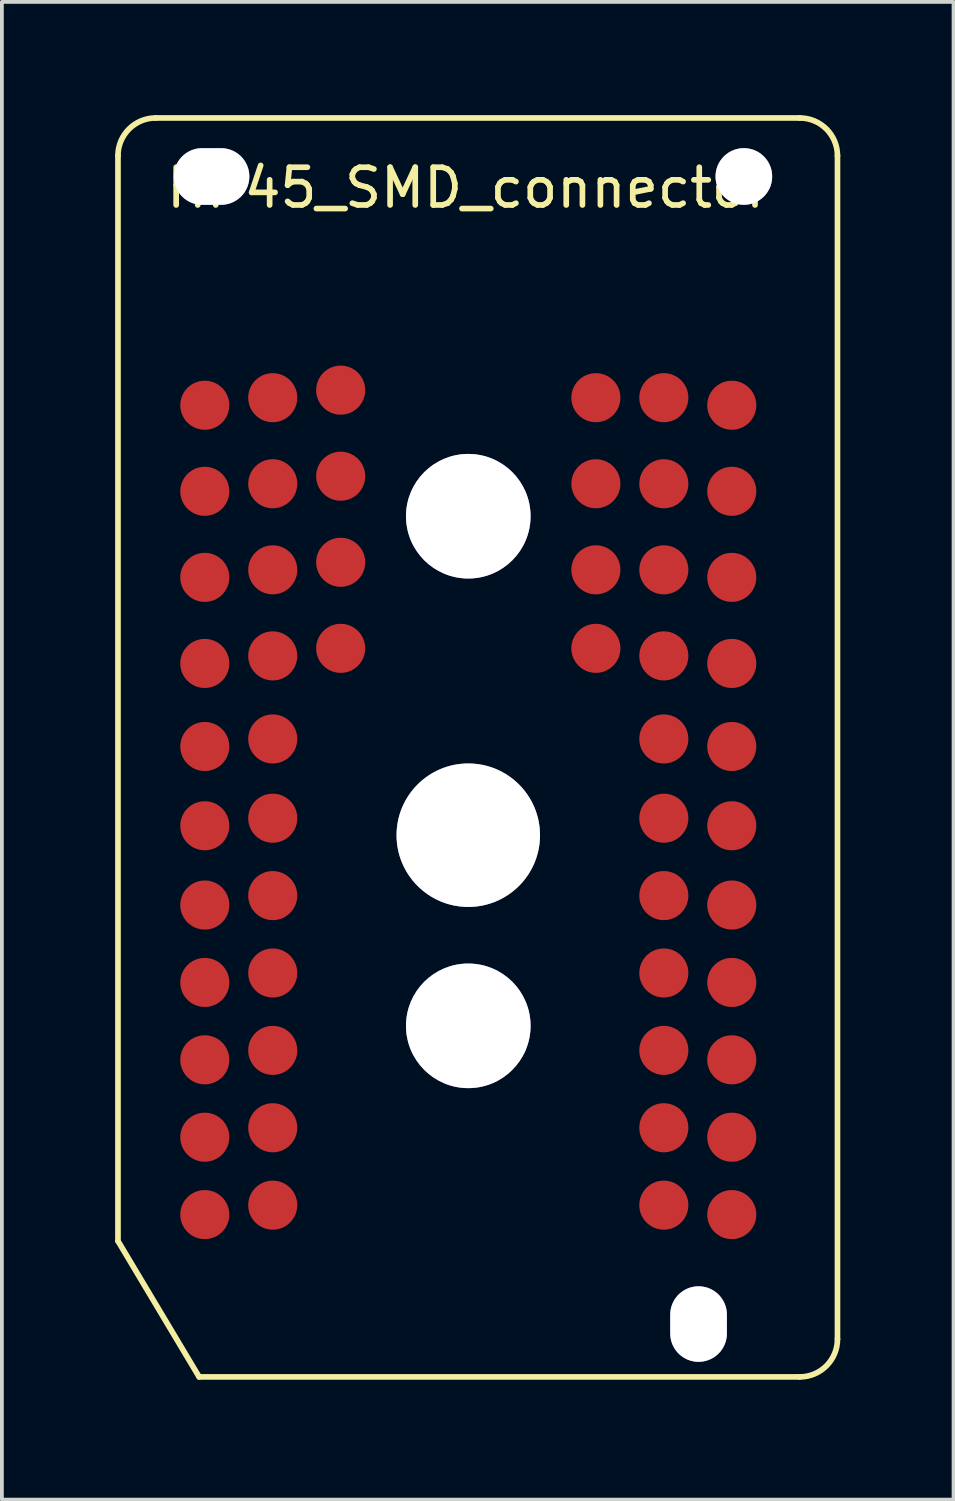
<source format=kicad_pcb>
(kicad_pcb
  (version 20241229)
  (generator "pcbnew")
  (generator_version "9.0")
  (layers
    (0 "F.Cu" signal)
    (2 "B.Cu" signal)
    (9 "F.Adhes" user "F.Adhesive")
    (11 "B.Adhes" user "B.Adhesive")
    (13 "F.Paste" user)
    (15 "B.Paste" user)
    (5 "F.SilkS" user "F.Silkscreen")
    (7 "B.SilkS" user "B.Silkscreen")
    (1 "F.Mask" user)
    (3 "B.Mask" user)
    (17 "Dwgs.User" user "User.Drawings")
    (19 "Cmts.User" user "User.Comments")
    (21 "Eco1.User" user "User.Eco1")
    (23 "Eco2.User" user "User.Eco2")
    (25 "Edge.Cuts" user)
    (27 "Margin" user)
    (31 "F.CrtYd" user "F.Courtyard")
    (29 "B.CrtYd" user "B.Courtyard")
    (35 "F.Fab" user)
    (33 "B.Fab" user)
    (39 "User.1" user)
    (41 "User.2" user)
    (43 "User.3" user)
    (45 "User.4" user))
  (footprint "HP45_SMD_connector"
    (layer "F.Cu")
    (at 9.355 33.425)
    (property "Reference" "HP45_SMD_connector" (at 0 -31.5 0) (layer "F.SilkS") (effects (font (size 1 1) (thickness 0.15))))
    (attr through_hole)
    (fp_line (start -9.28 -32.35) (end -9.28 -3.6) (stroke (width 0.15) (type solid)) (layer "F.SilkS"))
    (fp_line (start -9.28 -3.6) (end -7.13 0) (stroke (width 0.15) (type solid)) (layer "F.SilkS"))
    (fp_line (start -7.13 0) (end 8.78 0) (stroke (width 0.15) (type solid)) (layer "F.SilkS"))
    (fp_line (start 8.78 -33.35) (end -8.28 -33.35) (stroke (width 0.15) (type solid)) (layer "F.SilkS"))
    (fp_line (start 9.78 -1) (end 9.78 -32.35) (stroke (width 0.15) (type solid)) (layer "F.SilkS"))
    (fp_arc (start -9.28 -32.35) (mid -8.987107 -33.057107) (end -8.28 -33.35) (stroke (width 0.15) (type solid)) (layer "F.SilkS"))
    (fp_arc (start 8.78 -33.35) (mid 9.487107 -33.057107) (end 9.78 -32.35) (stroke (width 0.15) (type solid)) (layer "F.SilkS"))
    (fp_arc (start 9.78 -1) (mid 9.487107 -0.292893) (end 8.78 0) (stroke (width 0.15) (type solid)) (layer "F.SilkS"))
    (pad "" thru_hole oval (at -6.8 -31.8) (size 2 1.5) (drill oval 2 1.5) (layers "*.Cu" "*.Mask"))
    (pad "" thru_hole circle (at 0 -22.8) (size 3.3 3.3) (drill 3.3) (layers "*.Cu" "*.Mask"))
    (pad "" thru_hole circle (at 0 -14.35) (size 3.8 3.8) (drill 3.8) (layers "*.Cu" "*.Mask"))
    (pad "" thru_hole circle (at 0 -9.3) (size 3.3 3.3) (drill 3.3) (layers "*.Cu" "*.Mask"))
    (pad "" thru_hole oval (at 6.1 -1.4) (size 1.5 2) (drill oval 1.5 2) (layers "*.Cu" "*.Mask"))
    (pad "" thru_hole oval (at 7.3 -31.8) (size 1.5 1.5) (drill oval 1.5) (layers "*.Cu" "*.Mask"))
    (pad "1" smd circle (at 6.98 -4.3) (size 1.3 1.3) (layers "F.Cu" "F.Mask" "F.Paste"))
    (pad "2" smd circle (at -6.98 -4.3) (size 1.3 1.3) (layers "F.Cu" "F.Mask" "F.Paste"))
    (pad "3" smd circle (at 5.18 -4.55) (size 1.3 1.3) (layers "F.Cu" "F.Mask" "F.Paste"))
    (pad "4" smd circle (at -5.18 -4.55) (size 1.3 1.3) (layers "F.Cu" "F.Mask" "F.Paste"))
    (pad "5" smd circle (at 6.98 -6.35) (size 1.3 1.3) (layers "F.Cu" "F.Mask" "F.Paste"))
    (pad "6" smd circle (at -6.98 -6.35) (size 1.3 1.3) (layers "F.Cu" "F.Mask" "F.Paste"))
    (pad "7" smd circle (at 5.18 -6.6) (size 1.3 1.3) (layers "F.Cu" "F.Mask" "F.Paste"))
    (pad "8" smd circle (at -5.18 -6.6) (size 1.3 1.3) (layers "F.Cu" "F.Mask" "F.Paste"))
    (pad "9" smd circle (at 6.98 -8.4) (size 1.3 1.3) (layers "F.Cu" "F.Mask" "F.Paste"))
    (pad "10" smd circle (at -6.98 -8.4) (size 1.3 1.3) (layers "F.Cu" "F.Mask" "F.Paste"))
    (pad "11" smd circle (at 5.18 -8.65) (size 1.3 1.3) (layers "F.Cu" "F.Mask" "F.Paste"))
    (pad "12" smd circle (at -5.18 -8.65) (size 1.3 1.3) (layers "F.Cu" "F.Mask" "F.Paste"))
    (pad "13" smd circle (at 6.98 -10.45) (size 1.3 1.3) (layers "F.Cu" "F.Mask" "F.Paste"))
    (pad "14" smd circle (at -6.98 -10.45) (size 1.3 1.3) (layers "F.Cu" "F.Mask" "F.Paste"))
    (pad "15" smd circle (at 5.18 -10.7) (size 1.3 1.3) (layers "F.Cu" "F.Mask" "F.Paste"))
    (pad "16" smd circle (at -5.18 -10.7) (size 1.3 1.3) (layers "F.Cu" "F.Mask" "F.Paste"))
    (pad "17" smd circle (at 6.98 -12.5) (size 1.3 1.3) (layers "F.Cu" "F.Mask" "F.Paste"))
    (pad "18" smd circle (at -6.98 -12.5) (size 1.3 1.3) (layers "F.Cu" "F.Mask" "F.Paste"))
    (pad "19" smd circle (at 5.18 -12.75) (size 1.3 1.3) (layers "F.Cu" "F.Mask" "F.Paste"))
    (pad "20" smd circle (at -5.18 -12.75) (size 1.3 1.3) (layers "F.Cu" "F.Mask" "F.Paste"))
    (pad "21" smd circle (at 6.98 -14.6) (size 1.3 1.3) (layers "F.Cu" "F.Mask" "F.Paste"))
    (pad "22" smd circle (at -6.98 -14.6) (size 1.3 1.3) (layers "F.Cu" "F.Mask" "F.Paste"))
    (pad "23" smd circle (at 5.18 -14.8) (size 1.3 1.3) (layers "F.Cu" "F.Mask" "F.Paste"))
    (pad "24" smd circle (at -5.18 -14.8) (size 1.3 1.3) (layers "F.Cu" "F.Mask" "F.Paste"))
    (pad "25" smd circle (at 6.98 -16.7) (size 1.3 1.3) (layers "F.Cu" "F.Mask" "F.Paste"))
    (pad "26" smd circle (at -6.98 -16.7) (size 1.3 1.3) (layers "F.Cu" "F.Mask" "F.Paste"))
    (pad "27" smd circle (at 5.18 -16.9) (size 1.3 1.3) (layers "F.Cu" "F.Mask" "F.Paste"))
    (pad "28" smd circle (at -5.18 -16.9) (size 1.3 1.3) (layers "F.Cu" "F.Mask" "F.Paste"))
    (pad "29" smd circle (at 6.98 -18.9) (size 1.3 1.3) (layers "F.Cu" "F.Mask" "F.Paste"))
    (pad "30" smd circle (at -6.98 -18.9) (size 1.3 1.3) (layers "F.Cu" "F.Mask" "F.Paste"))
    (pad "31" smd circle (at 5.18 -19.1) (size 1.3 1.3) (layers "F.Cu" "F.Mask" "F.Paste"))
    (pad "32" smd circle (at -5.18 -19.1) (size 1.3 1.3) (layers "F.Cu" "F.Mask" "F.Paste"))
    (pad "33" smd circle (at 3.38 -19.3) (size 1.3 1.3) (layers "F.Cu" "F.Mask" "F.Paste"))
    (pad "34" smd circle (at -3.38 -19.3) (size 1.3 1.3) (layers "F.Cu" "F.Mask" "F.Paste"))
    (pad "35" smd circle (at 6.98 -21.18) (size 1.3 1.3) (layers "F.Cu" "F.Mask" "F.Paste"))
    (pad "36" smd circle (at -6.98 -21.18) (size 1.3 1.3) (layers "F.Cu" "F.Mask" "F.Paste"))
    (pad "37" smd circle (at 5.18 -21.38) (size 1.3 1.3) (layers "F.Cu" "F.Mask" "F.Paste"))
    (pad "38" smd circle (at -5.18 -21.38) (size 1.3 1.3) (layers "F.Cu" "F.Mask" "F.Paste"))
    (pad "39" smd circle (at 3.38 -21.38) (size 1.3 1.3) (layers "F.Cu" "F.Mask" "F.Paste"))
    (pad "40" smd circle (at -3.38 -21.58) (size 1.3 1.3) (layers "F.Cu" "F.Mask" "F.Paste"))
    (pad "41" smd circle (at 6.98 -23.46) (size 1.3 1.3) (layers "F.Cu" "F.Mask" "F.Paste"))
    (pad "42" smd circle (at -6.98 -23.46) (size 1.3 1.3) (layers "F.Cu" "F.Mask" "F.Paste"))
    (pad "43" smd circle (at 5.18 -23.66) (size 1.3 1.3) (layers "F.Cu" "F.Mask" "F.Paste"))
    (pad "44" smd circle (at -5.18 -23.66) (size 1.3 1.3) (layers "F.Cu" "F.Mask" "F.Paste"))
    (pad "45" smd circle (at 3.38 -23.66) (size 1.3 1.3) (layers "F.Cu" "F.Mask" "F.Paste"))
    (pad "46" smd circle (at -3.38 -23.86) (size 1.3 1.3) (layers "F.Cu" "F.Mask" "F.Paste"))
    (pad "47" smd circle (at 6.98 -25.74) (size 1.3 1.3) (layers "F.Cu" "F.Mask" "F.Paste"))
    (pad "48" smd circle (at -6.98 -25.74) (size 1.3 1.3) (layers "F.Cu" "F.Mask" "F.Paste"))
    (pad "49" smd circle (at 5.18 -25.94) (size 1.3 1.3) (layers "F.Cu" "F.Mask" "F.Paste"))
    (pad "50" smd circle (at -5.18 -25.94) (size 1.3 1.3) (layers "F.Cu" "F.Mask" "F.Paste"))
    (pad "51" smd circle (at 3.38 -25.94) (size 1.3 1.3) (layers "F.Cu" "F.Mask" "F.Paste"))
    (pad "52" smd circle (at -3.38 -26.14) (size 1.3 1.3) (layers "F.Cu" "F.Mask" "F.Paste")))
  (gr_rect
    (start -3 -3)
    (end 22.21 36.675)
    (stroke (width 0.1) (type default))
    (fill no)
    (layer "Edge.Cuts")))
</source>
